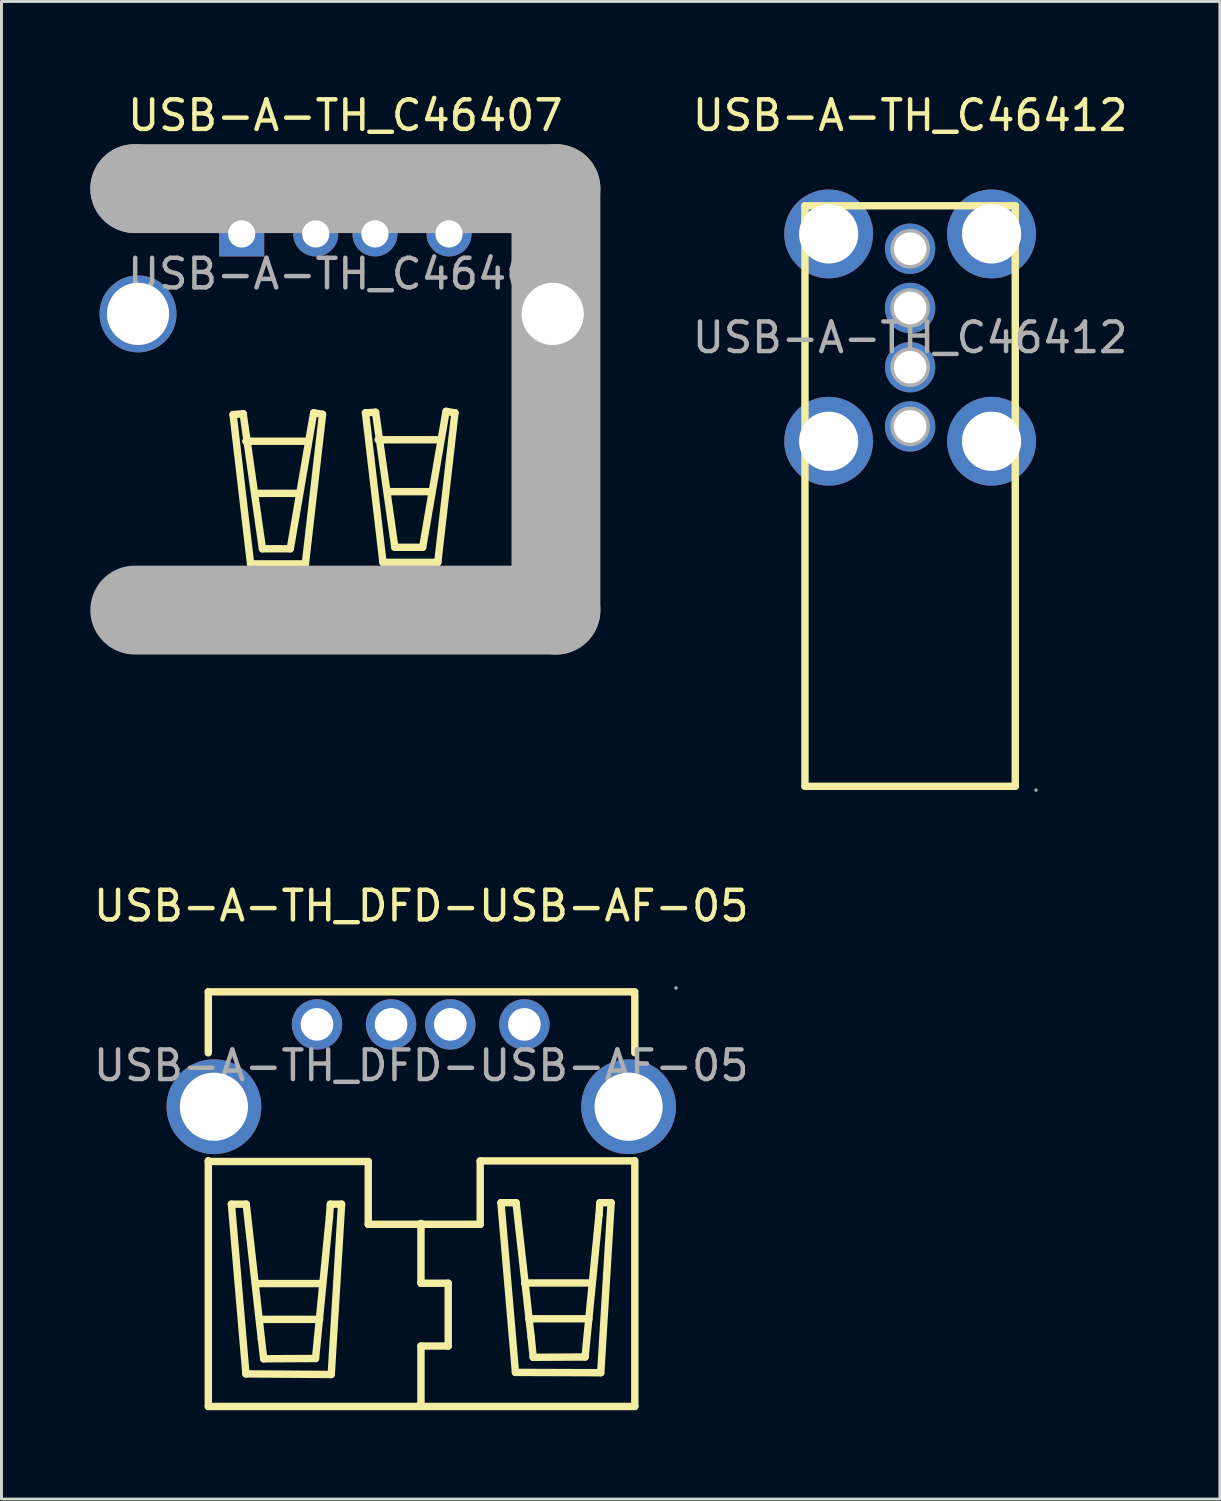
<source format=kicad_pcb>
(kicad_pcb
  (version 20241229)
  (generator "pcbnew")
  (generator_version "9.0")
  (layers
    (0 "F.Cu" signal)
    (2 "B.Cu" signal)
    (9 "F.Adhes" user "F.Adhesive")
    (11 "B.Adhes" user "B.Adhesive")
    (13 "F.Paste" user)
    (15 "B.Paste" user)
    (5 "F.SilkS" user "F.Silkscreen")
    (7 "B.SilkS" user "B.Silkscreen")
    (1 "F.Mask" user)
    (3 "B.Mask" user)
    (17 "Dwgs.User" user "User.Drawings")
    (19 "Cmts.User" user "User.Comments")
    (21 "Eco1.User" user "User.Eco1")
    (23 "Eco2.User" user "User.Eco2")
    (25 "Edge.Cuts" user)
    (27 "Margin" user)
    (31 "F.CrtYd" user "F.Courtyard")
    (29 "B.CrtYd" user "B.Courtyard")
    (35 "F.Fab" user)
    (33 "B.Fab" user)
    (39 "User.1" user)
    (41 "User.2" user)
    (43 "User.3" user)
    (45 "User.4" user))
  (footprint "USB-A-TH_C46407"
    (layer "F.Cu")
    (at 8.61 6.198)
    (property "Reference" "USB-A-TH_C46407" (at 0 -5.35 0) (layer "F.SilkS") (effects (font (size 1 1) (thickness 0.15))))
    (attr through_hole)
    (fp_line (start -3.79 4.75) (end -3.2 9.79) (stroke (width 0.25) (type solid)) (layer "F.SilkS"))
    (fp_line (start -3.45 4.72) (end -3.79 4.75) (stroke (width 0.25) (type solid)) (layer "F.SilkS"))
    (fp_line (start -3.36 5.65) (end -1.27 5.65) (stroke (width 0.25) (type solid)) (layer "F.SilkS"))
    (fp_line (start -3.2 9.79) (end -1.35 9.79) (stroke (width 0.25) (type solid)) (layer "F.SilkS"))
    (fp_line (start -3.03 7.41) (end -1.58 7.41) (stroke (width 0.25) (type solid)) (layer "F.SilkS"))
    (fp_line (start -2.8 9.28) (end -3.45 4.72) (stroke (width 0.25) (type solid)) (layer "F.SilkS"))
    (fp_line (start -1.86 9.28) (end -2.8 9.28) (stroke (width 0.25) (type solid)) (layer "F.SilkS"))
    (fp_line (start -1.35 9.79) (end -0.77 4.74) (stroke (width 0.25) (type solid)) (layer "F.SilkS"))
    (fp_line (start -1.07 4.69) (end -1.86 9.28) (stroke (width 0.25) (type solid)) (layer "F.SilkS"))
    (fp_line (start -0.77 4.74) (end -1.07 4.69) (stroke (width 0.25) (type solid)) (layer "F.SilkS"))
    (fp_line (start 0.68 4.69) (end 1.02 4.67) (stroke (width 0.25) (type solid)) (layer "F.SilkS"))
    (fp_line (start 1.02 4.67) (end 1.67 9.23) (stroke (width 0.25) (type solid)) (layer "F.SilkS"))
    (fp_line (start 1.11 5.6) (end 3.2 5.6) (stroke (width 0.25) (type solid)) (layer "F.SilkS"))
    (fp_line (start 1.27 9.74) (end 0.68 4.69) (stroke (width 0.25) (type solid)) (layer "F.SilkS"))
    (fp_line (start 1.44 7.35) (end 2.89 7.35) (stroke (width 0.25) (type solid)) (layer "F.SilkS"))
    (fp_line (start 1.67 9.23) (end 2.61 9.23) (stroke (width 0.25) (type solid)) (layer "F.SilkS"))
    (fp_line (start 2.61 9.23) (end 3.4 4.64) (stroke (width 0.25) (type solid)) (layer "F.SilkS"))
    (fp_line (start 3.12 9.74) (end 1.27 9.74) (stroke (width 0.25) (type solid)) (layer "F.SilkS"))
    (fp_line (start 3.4 4.64) (end 3.7 4.69) (stroke (width 0.25) (type solid)) (layer "F.SilkS"))
    (fp_line (start 3.7 4.69) (end 3.12 9.74) (stroke (width 0.25) (type solid)) (layer "F.SilkS"))
    (fp_line (start -7.11 -2.88) (end -7.11 -2.88) (stroke (width 3) (type solid)) (layer "F.Fab"))
    (fp_line (start -7.11 -2.88) (end 7.11 -2.88) (stroke (width 3) (type solid)) (layer "F.Fab"))
    (fp_line (start 7.11 -2.88) (end 7.11 11.35) (stroke (width 3) (type solid)) (layer "F.Fab"))
    (fp_line (start 7.11 11.35) (end -7.11 11.35) (stroke (width 3) (type solid)) (layer "F.Fab"))
    (fp_circle (center -8.3 -3.01) (end -8.27 -3.01) (stroke (width 0.06) (type solid)) (fill no) (layer "F.Fab"))
    (fp_circle (center -7 1.35) (end -6.52 1.35) (stroke (width 0.95) (type solid)) (fill no) (layer "F.Fab"))
    (fp_circle (center -3.5 -1.35) (end -3.32 -1.35) (stroke (width 0.36) (type solid)) (fill no) (layer "F.Fab"))
    (fp_circle (center -1 -1.35) (end -0.82 -1.35) (stroke (width 0.36) (type solid)) (fill no) (layer "F.Fab"))
    (fp_circle (center 1 -1.35) (end 1.18 -1.35) (stroke (width 0.36) (type solid)) (fill no) (layer "F.Fab"))
    (fp_circle (center 3.5 -1.35) (end 3.68 -1.35) (stroke (width 0.36) (type solid)) (fill no) (layer "F.Fab"))
    (fp_circle (center 7 1.35) (end 7.48 1.35) (stroke (width 0.95) (type solid)) (fill no) (layer "F.Fab"))
    (fp_text user "${REFERENCE}" (at 0 0 0) (layer "F.Fab") (effects (font (size 1 1) (thickness 0.15))))
    (pad "1" thru_hole rect (at -3.5 -1.35) (size 1.52 1.52) (drill 0.92) (layers "*.Cu" "*.Paste" "*.Mask"))
    (pad "2" thru_hole circle (at -1 -1.35) (size 1.52 1.52) (drill 0.92) (layers "*.Cu" "*.Paste" "*.Mask"))
    (pad "3" thru_hole circle (at 1 -1.35) (size 1.52 1.52) (drill 0.92) (layers "*.Cu" "*.Paste" "*.Mask"))
    (pad "4" thru_hole circle (at 3.5 -1.35) (size 1.52 1.52) (drill 0.92) (layers "*.Cu" "*.Paste" "*.Mask"))
    (pad "5" thru_hole circle (at 7 1.35) (size 2.6 2.6) (drill 2.1) (layers "*.Cu" "*.Paste" "*.Mask"))
    (pad "6" thru_hole circle (at -7 1.35) (size 2.6 2.6) (drill 2.1) (layers "*.Cu" "*.Paste" "*.Mask")))
  (footprint "USB-A-TH_DFD-USB-AF-05"
    (layer "F.Cu")
    (at 11.173 32.926)
    (property "Reference" "USB-A-TH_DFD-USB-AF-05" (at 0 -5.39 0) (layer "F.SilkS") (effects (font (size 1 1) (thickness 0.15))))
    (attr through_hole)
    (fp_line (start -7.19 -2.49) (end -7.19 -0.43) (stroke (width 0.25) (type solid)) (layer "F.SilkS"))
    (fp_line (start -7.19 -2.49) (end 7.21 -2.49) (stroke (width 0.25) (type solid)) (layer "F.SilkS"))
    (fp_line (start -7.19 3.21) (end -7.19 11.51) (stroke (width 0.25) (type solid)) (layer "F.SilkS"))
    (fp_line (start -7.19 11.51) (end 7.21 11.51) (stroke (width 0.25) (type solid)) (layer "F.SilkS"))
    (fp_line (start -6.41 4.68) (end -5.91 4.68) (stroke (width 0.25) (type solid)) (layer "F.SilkS"))
    (fp_line (start -5.92 10.41) (end -6.41 4.68) (stroke (width 0.25) (type solid)) (layer "F.SilkS"))
    (fp_line (start -5.91 4.68) (end -5.4 9.22) (stroke (width 0.25) (type solid)) (layer "F.SilkS"))
    (fp_line (start -5.6 7.36) (end -3.34 7.36) (stroke (width 0.25) (type solid)) (layer "F.SilkS"))
    (fp_line (start -5.46 8.57) (end -3.43 8.57) (stroke (width 0.25) (type solid)) (layer "F.SilkS"))
    (fp_line (start -5.4 9.22) (end -5.32 9.9) (stroke (width 0.25) (type solid)) (layer "F.SilkS"))
    (fp_line (start -5.32 9.9) (end -3.57 9.89) (stroke (width 0.25) (type solid)) (layer "F.SilkS"))
    (fp_line (start -3.57 9.89) (end -3.1 5.11) (stroke (width 0.25) (type solid)) (layer "F.SilkS"))
    (fp_line (start -3.1 5.11) (end -3.07 4.68) (stroke (width 0.25) (type solid)) (layer "F.SilkS"))
    (fp_line (start -3.07 4.68) (end -2.69 4.68) (stroke (width 0.25) (type solid)) (layer "F.SilkS"))
    (fp_line (start -3.04 10.43) (end -5.92 10.41) (stroke (width 0.25) (type solid)) (layer "F.SilkS"))
    (fp_line (start -2.69 4.68) (end -3.04 10.43) (stroke (width 0.25) (type solid)) (layer "F.SilkS"))
    (fp_line (start -1.79 3.24) (end -7.19 3.24) (stroke (width 0.25) (type solid)) (layer "F.SilkS"))
    (fp_line (start -1.79 5.36) (end -1.79 3.24) (stroke (width 0.25) (type solid)) (layer "F.SilkS"))
    (fp_line (start -0.01 5.33) (end -0.01 7.35) (stroke (width 0.25) (type solid)) (layer "F.SilkS"))
    (fp_line (start -0.01 7.35) (end 0.91 7.35) (stroke (width 0.25) (type solid)) (layer "F.SilkS"))
    (fp_line (start -0.01 9.47) (end -0.01 11.5) (stroke (width 0.25) (type solid)) (layer "F.SilkS"))
    (fp_line (start 0.91 7.35) (end 0.91 9.47) (stroke (width 0.25) (type solid)) (layer "F.SilkS"))
    (fp_line (start 0.91 9.47) (end -0.01 9.47) (stroke (width 0.25) (type solid)) (layer "F.SilkS"))
    (fp_line (start 1.99 3.22) (end 1.99 5.36) (stroke (width 0.25) (type solid)) (layer "F.SilkS"))
    (fp_line (start 1.99 5.36) (end -1.79 5.36) (stroke (width 0.25) (type solid)) (layer "F.SilkS"))
    (fp_line (start 2.69 4.63) (end 3.2 4.63) (stroke (width 0.25) (type solid)) (layer "F.SilkS"))
    (fp_line (start 3.18 10.36) (end 2.69 4.63) (stroke (width 0.25) (type solid)) (layer "F.SilkS"))
    (fp_line (start 3.2 4.63) (end 3.71 9.17) (stroke (width 0.25) (type solid)) (layer "F.SilkS"))
    (fp_line (start 3.49 7.34) (end 5.75 7.34) (stroke (width 0.25) (type solid)) (layer "F.SilkS"))
    (fp_line (start 3.63 8.55) (end 5.66 8.55) (stroke (width 0.25) (type solid)) (layer "F.SilkS"))
    (fp_line (start 3.71 9.17) (end 3.78 9.85) (stroke (width 0.25) (type solid)) (layer "F.SilkS"))
    (fp_line (start 3.78 9.85) (end 5.53 9.84) (stroke (width 0.25) (type solid)) (layer "F.SilkS"))
    (fp_line (start 5.53 9.84) (end 6 5.06) (stroke (width 0.25) (type solid)) (layer "F.SilkS"))
    (fp_line (start 6 5.06) (end 6.03 4.63) (stroke (width 0.25) (type solid)) (layer "F.SilkS"))
    (fp_line (start 6.03 4.63) (end 6.41 4.63) (stroke (width 0.25) (type solid)) (layer "F.SilkS"))
    (fp_line (start 6.06 10.37) (end 3.18 10.36) (stroke (width 0.25) (type solid)) (layer "F.SilkS"))
    (fp_line (start 6.41 4.63) (end 6.06 10.37) (stroke (width 0.25) (type solid)) (layer "F.SilkS"))
    (fp_line (start 7.19 3.22) (end 1.99 3.22) (stroke (width 0.25) (type solid)) (layer "F.SilkS"))
    (fp_line (start 7.21 -0.43) (end 7.21 -2.39) (stroke (width 0.25) (type solid)) (layer "F.SilkS"))
    (fp_line (start 7.21 11.51) (end 7.21 3.21) (stroke (width 0.25) (type solid)) (layer "F.SilkS"))
    (fp_circle (center -7 1.39) (end -6.47 1.39) (stroke (width 1.05) (type solid)) (fill no) (layer "F.Fab"))
    (fp_circle (center -3.52 -1.39) (end -3.29 -1.39) (stroke (width 0.45) (type solid)) (fill no) (layer "F.Fab"))
    (fp_circle (center -1.02 -1.39) (end -0.79 -1.39) (stroke (width 0.45) (type solid)) (fill no) (layer "F.Fab"))
    (fp_circle (center 0.98 -1.39) (end 1.21 -1.39) (stroke (width 0.45) (type solid)) (fill no) (layer "F.Fab"))
    (fp_circle (center 3.48 -1.39) (end 3.71 -1.39) (stroke (width 0.45) (type solid)) (fill no) (layer "F.Fab"))
    (fp_circle (center 7 1.39) (end 7.53 1.39) (stroke (width 1.05) (type solid)) (fill no) (layer "F.Fab"))
    (fp_circle (center 8.6 -2.62) (end 8.63 -2.62) (stroke (width 0.06) (type solid)) (fill no) (layer "F.Fab"))
    (fp_text user "${REFERENCE}" (at 0 0 0) (layer "F.Fab") (effects (font (size 1 1) (thickness 0.15))))
    (pad "1" thru_hole circle (at -3.52 -1.39 270) (size 1.7 1.7) (drill 1.1) (layers "*.Cu" "*.Paste" "*.Mask"))
    (pad "2" thru_hole circle (at -1.02 -1.39 270) (size 1.7 1.7) (drill 1.1) (layers "*.Cu" "*.Paste" "*.Mask"))
    (pad "3" thru_hole circle (at 0.98 -1.39 270) (size 1.7 1.7) (drill 1.1) (layers "*.Cu" "*.Paste" "*.Mask"))
    (pad "4" thru_hole circle (at 3.48 -1.39 270) (size 1.7 1.7) (drill 1.1) (layers "*.Cu" "*.Paste" "*.Mask"))
    (pad "5" thru_hole circle (at -7 1.39 90) (size 3.2 3.2) (drill 2.3) (layers "*.Cu" "*.Paste" "*.Mask"))
    (pad "6" thru_hole circle (at 7 1.39 90) (size 3.2 3.2) (drill 2.3) (layers "*.Cu" "*.Paste" "*.Mask")))
  (footprint "USB-A-TH_C46412"
    (layer "F.Cu")
    (at 27.678 8.348)
    (property "Reference" "USB-A-TH_C46412" (at 0 -7.5 0) (layer "F.SilkS") (effects (font (size 1 1) (thickness 0.15))))
    (attr through_hole)
    (fp_line (start -3.55 15.15) (end -3.55 -4.45) (stroke (width 0.25) (type solid)) (layer "F.SilkS"))
    (fp_line (start 3.55 -4.45) (end -3.55 -4.45) (stroke (width 0.25) (type solid)) (layer "F.SilkS"))
    (fp_line (start 3.55 15.15) (end -3.55 15.15) (stroke (width 0.25) (type solid)) (layer "F.SilkS"))
    (fp_line (start 3.55 15.15) (end 3.55 -4.45) (stroke (width 0.25) (type solid)) (layer "F.SilkS"))
    (fp_circle (center -2.75 -3.5) (end -2.3 -3.5) (stroke (width 0.9) (type solid)) (fill no) (layer "F.Fab"))
    (fp_circle (center -2.75 3.5) (end -2.3 3.5) (stroke (width 0.9) (type solid)) (fill no) (layer "F.Fab"))
    (fp_circle (center 0 -3) (end 0.22 -3) (stroke (width 0.45) (type solid)) (fill no) (layer "F.Fab"))
    (fp_circle (center 0 -1) (end 0.22 -1) (stroke (width 0.45) (type solid)) (fill no) (layer "F.Fab"))
    (fp_circle (center 0 1) (end 0.22 1) (stroke (width 0.45) (type solid)) (fill no) (layer "F.Fab"))
    (fp_circle (center 0 3) (end 0.22 3) (stroke (width 0.45) (type solid)) (fill no) (layer "F.Fab"))
    (fp_circle (center 2.75 -3.5) (end 3.2 -3.5) (stroke (width 0.9) (type solid)) (fill no) (layer "F.Fab"))
    (fp_circle (center 2.75 3.5) (end 3.2 3.5) (stroke (width 0.9) (type solid)) (fill no) (layer "F.Fab"))
    (fp_circle (center 4.25 15.28) (end 4.28 15.28) (stroke (width 0.06) (type solid)) (fill no) (layer "F.Fab"))
    (fp_text user "${REFERENCE}" (at 0 0 0) (layer "F.Fab") (effects (font (size 1 1) (thickness 0.15))))
    (pad "1" thru_hole circle (at 0 3) (size 1.7 1.7) (drill 1.1) (layers "*.Cu" "*.Paste" "*.Mask"))
    (pad "2" thru_hole circle (at 0 1) (size 1.7 1.7) (drill 1.1) (layers "*.Cu" "*.Paste" "*.Mask"))
    (pad "3" thru_hole circle (at 0 -1) (size 1.7 1.7) (drill 1.1) (layers "*.Cu" "*.Paste" "*.Mask"))
    (pad "4" thru_hole circle (at 0 -3) (size 1.7 1.7) (drill 1.1) (layers "*.Cu" "*.Paste" "*.Mask"))
    (pad "5" thru_hole circle (at -2.75 -3.5) (size 3 3) (drill 2) (layers "*.Cu" "*.Paste" "*.Mask"))
    (pad "6" thru_hole circle (at -2.75 3.5) (size 3 3) (drill 2) (layers "*.Cu" "*.Paste" "*.Mask"))
    (pad "7" thru_hole circle (at 2.75 3.5) (size 3 3) (drill 2) (layers "*.Cu" "*.Paste" "*.Mask"))
    (pad "8" thru_hole circle (at 2.75 -3.5) (size 3 3) (drill 2) (layers "*.Cu" "*.Paste" "*.Mask")))
  (gr_rect
    (start -3 -3)
    (end 38.137 47.562)
    (stroke (width 0.1) (type default))
    (fill no)
    (layer "Edge.Cuts")))
</source>
